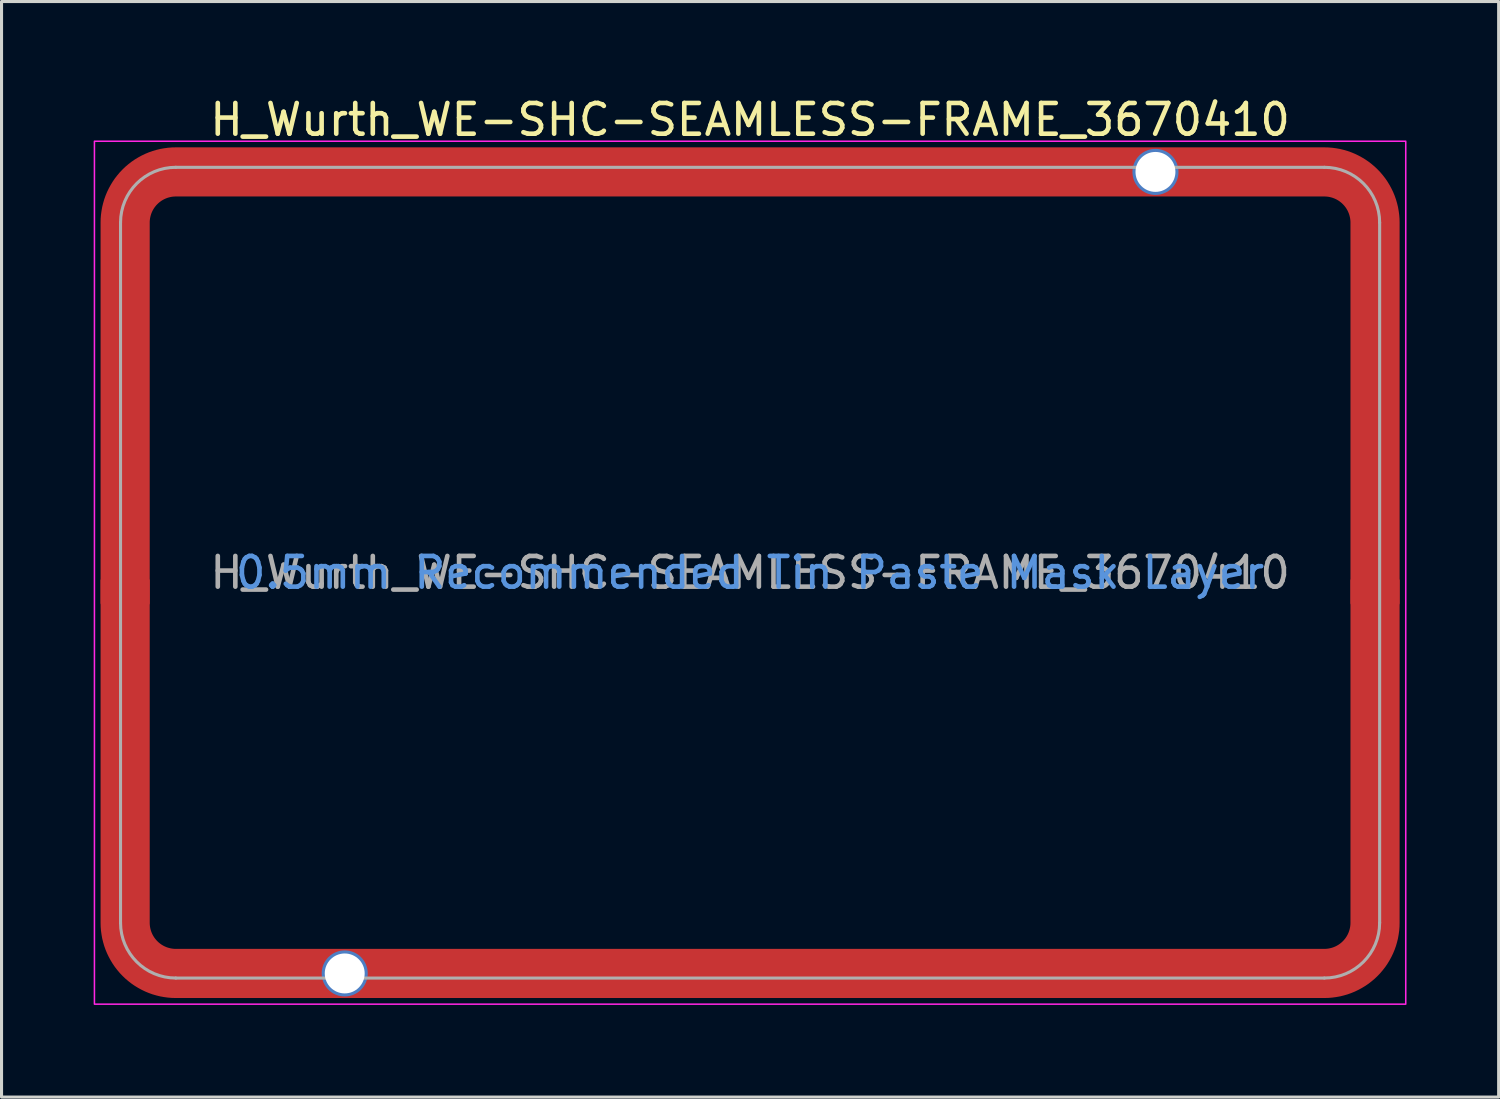
<source format=kicad_pcb>
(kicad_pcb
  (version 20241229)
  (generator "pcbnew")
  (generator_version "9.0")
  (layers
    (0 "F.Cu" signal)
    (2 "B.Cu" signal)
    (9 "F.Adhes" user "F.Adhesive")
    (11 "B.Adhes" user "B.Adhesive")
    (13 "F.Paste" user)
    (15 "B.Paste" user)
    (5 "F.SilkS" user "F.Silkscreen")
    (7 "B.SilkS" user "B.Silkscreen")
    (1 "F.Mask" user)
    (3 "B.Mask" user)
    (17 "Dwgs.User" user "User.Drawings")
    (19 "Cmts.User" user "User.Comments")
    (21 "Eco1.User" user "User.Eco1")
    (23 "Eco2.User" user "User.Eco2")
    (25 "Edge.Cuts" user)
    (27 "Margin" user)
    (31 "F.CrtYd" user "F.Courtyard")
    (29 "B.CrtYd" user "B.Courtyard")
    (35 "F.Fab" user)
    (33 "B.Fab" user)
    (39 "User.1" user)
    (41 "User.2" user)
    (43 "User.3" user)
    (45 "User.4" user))
  (footprint "H_Wurth_WE-SHC-SEAMLESS-FRAME_3670410"
    (layer "F.Cu")
    (at 21.375 15.598)
    (property "Reference" "H_Wurth_WE-SHC-SEAMLESS-FRAME_3670410" (at 0 -14.75 0) (unlocked yes) (layer "F.SilkS") (effects (font (size 1 1) (thickness 0.15))))
    (attr smd)
    (fp_poly (pts (xy 19.6 0.25) (xy 21.1 0.25) (xy 21.1 11.4) (xy 21.097 11.526) (xy 21.087 11.651) (xy 21.07 11.775) (xy 21.048 11.899) (xy 21.018 12.021) (xy 20.983 12.142) (xy 20.941 12.26) (xy 20.893 12.376) (xy 20.838 12.49) (xy 20.778 12.6) (xy 20.713 12.707) (xy 20.642 12.811) (xy 20.565 12.91) (xy 20.484 13.006) (xy 20.397 13.097) (xy 20.306 13.184) (xy 20.21 13.265) (xy 20.111 13.342) (xy 20.007 13.413) (xy 19.9 13.478) (xy 19.79 13.538) (xy 19.676 13.593) (xy 19.56 13.641) (xy 19.442 13.683) (xy 19.321 13.718) (xy 19.199 13.748) (xy 19.075 13.77) (xy 18.951 13.787) (xy 18.826 13.797) (xy 18.7 13.8) (xy -18.7 13.8) (xy -18.826 13.797) (xy -18.951 13.787) (xy -19.075 13.77) (xy -19.199 13.748) (xy -19.321 13.718) (xy -19.442 13.683) (xy -19.56 13.641) (xy -19.676 13.593) (xy -19.79 13.538) (xy -19.9 13.478) (xy -20.007 13.413) (xy -20.111 13.342) (xy -20.21 13.265) (xy -20.306 13.184) (xy -20.397 13.097) (xy -20.484 13.006) (xy -20.565 12.91) (xy -20.642 12.811) (xy -20.713 12.707) (xy -20.778 12.6) (xy -20.838 12.49) (xy -20.893 12.376) (xy -20.941 12.26) (xy -20.983 12.142) (xy -21.018 12.021) (xy -21.048 11.899) (xy -21.07 11.775) (xy -21.087 11.651) (xy -21.097 11.526) (xy -21.1 11.4) (xy -21.1 0.25) (xy -19.6 0.25) (xy -19.6 11.4) (xy -19.599 11.447) (xy -19.595 11.494) (xy -19.589 11.541) (xy -19.58 11.587) (xy -19.569 11.633) (xy -19.556 11.678) (xy -19.54 11.723) (xy -19.522 11.766) (xy -19.502 11.809) (xy -19.479 11.85) (xy -19.455 11.89) (xy -19.428 11.929) (xy -19.399 11.966) (xy -19.369 12.002) (xy -19.336 12.036) (xy -19.302 12.069) (xy -19.266 12.099) (xy -19.229 12.128) (xy -19.19 12.155) (xy -19.15 12.179) (xy -19.109 12.202) (xy -19.066 12.222) (xy -19.023 12.24) (xy -18.978 12.256) (xy -18.933 12.269) (xy -18.887 12.28) (xy -18.841 12.289) (xy -18.794 12.295) (xy -18.747 12.299) (xy -18.7 12.3) (xy 18.7 12.3) (xy 18.747 12.299) (xy 18.794 12.295) (xy 18.841 12.289) (xy 18.887 12.28) (xy 18.933 12.269) (xy 18.978 12.256) (xy 19.023 12.24) (xy 19.066 12.222) (xy 19.109 12.202) (xy 19.15 12.179) (xy 19.19 12.155) (xy 19.229 12.128) (xy 19.266 12.099) (xy 19.302 12.069) (xy 19.336 12.036) (xy 19.369 12.002) (xy 19.399 11.966) (xy 19.428 11.929) (xy 19.455 11.89) (xy 19.479 11.85) (xy 19.502 11.809) (xy 19.522 11.766) (xy 19.54 11.723) (xy 19.556 11.678) (xy 19.569 11.633) (xy 19.58 11.587) (xy 19.589 11.541) (xy 19.595 11.494) (xy 19.599 11.447) (xy 19.6 11.4) (xy 19.6 0.25)) (stroke (width 0.1) (type solid)) (fill yes) (layer "F.Cu"))
    (fp_poly (pts (xy 19.6 0.25) (xy 21.1 0.25) (xy 21.1 11.4) (xy 21.097 11.526) (xy 21.087 11.651) (xy 21.07 11.775) (xy 21.048 11.899) (xy 21.018 12.021) (xy 20.983 12.142) (xy 20.941 12.26) (xy 20.893 12.376) (xy 20.838 12.49) (xy 20.778 12.6) (xy 20.713 12.707) (xy 20.642 12.811) (xy 20.565 12.91) (xy 20.484 13.006) (xy 20.397 13.097) (xy 20.306 13.184) (xy 20.21 13.265) (xy 20.111 13.342) (xy 20.007 13.413) (xy 19.9 13.478) (xy 19.79 13.538) (xy 19.676 13.593) (xy 19.56 13.641) (xy 19.442 13.683) (xy 19.321 13.718) (xy 19.199 13.748) (xy 19.075 13.77) (xy 18.951 13.787) (xy 18.826 13.797) (xy 18.7 13.8) (xy -18.7 13.8) (xy -18.826 13.797) (xy -18.951 13.787) (xy -19.075 13.77) (xy -19.199 13.748) (xy -19.321 13.718) (xy -19.442 13.683) (xy -19.56 13.641) (xy -19.676 13.593) (xy -19.79 13.538) (xy -19.9 13.478) (xy -20.007 13.413) (xy -20.111 13.342) (xy -20.21 13.265) (xy -20.306 13.184) (xy -20.397 13.097) (xy -20.484 13.006) (xy -20.565 12.91) (xy -20.642 12.811) (xy -20.713 12.707) (xy -20.778 12.6) (xy -20.838 12.49) (xy -20.893 12.376) (xy -20.941 12.26) (xy -20.983 12.142) (xy -21.018 12.021) (xy -21.048 11.899) (xy -21.07 11.775) (xy -21.087 11.651) (xy -21.097 11.526) (xy -21.1 11.4) (xy -21.1 0.25) (xy -19.6 0.25) (xy -19.6 11.4) (xy -19.599 11.447) (xy -19.595 11.494) (xy -19.589 11.541) (xy -19.58 11.587) (xy -19.569 11.633) (xy -19.556 11.678) (xy -19.54 11.723) (xy -19.522 11.766) (xy -19.502 11.809) (xy -19.479 11.85) (xy -19.455 11.89) (xy -19.428 11.929) (xy -19.399 11.966) (xy -19.369 12.002) (xy -19.336 12.036) (xy -19.302 12.069) (xy -19.266 12.099) (xy -19.229 12.128) (xy -19.19 12.155) (xy -19.15 12.179) (xy -19.109 12.202) (xy -19.066 12.222) (xy -19.023 12.24) (xy -18.978 12.256) (xy -18.933 12.269) (xy -18.887 12.28) (xy -18.841 12.289) (xy -18.794 12.295) (xy -18.747 12.299) (xy -18.7 12.3) (xy 18.7 12.3) (xy 18.747 12.299) (xy 18.794 12.295) (xy 18.841 12.289) (xy 18.887 12.28) (xy 18.933 12.269) (xy 18.978 12.256) (xy 19.023 12.24) (xy 19.066 12.222) (xy 19.109 12.202) (xy 19.15 12.179) (xy 19.19 12.155) (xy 19.229 12.128) (xy 19.266 12.099) (xy 19.302 12.069) (xy 19.336 12.036) (xy 19.369 12.002) (xy 19.399 11.966) (xy 19.428 11.929) (xy 19.455 11.89) (xy 19.479 11.85) (xy 19.502 11.809) (xy 19.522 11.766) (xy 19.54 11.723) (xy 19.556 11.678) (xy 19.569 11.633) (xy 19.58 11.587) (xy 19.589 11.541) (xy 19.595 11.494) (xy 19.599 11.447) (xy 19.6 11.4) (xy 19.6 0.25)) (stroke (width 0.1) (type solid)) (fill yes) (layer "F.Mask"))
    (fp_poly (pts (xy 19.6 0.25) (xy 21.1 0.25) (xy 21.1 11.4) (xy 21.097 11.526) (xy 21.087 11.651) (xy 21.07 11.775) (xy 21.048 11.899) (xy 21.018 12.021) (xy 20.983 12.142) (xy 20.941 12.26) (xy 20.893 12.376) (xy 20.838 12.49) (xy 20.778 12.6) (xy 20.713 12.707) (xy 20.642 12.811) (xy 20.565 12.91) (xy 20.484 13.006) (xy 20.397 13.097) (xy 20.306 13.184) (xy 20.21 13.265) (xy 20.111 13.342) (xy 20.007 13.413) (xy 19.9 13.478) (xy 19.79 13.538) (xy 19.676 13.593) (xy 19.56 13.641) (xy 19.442 13.683) (xy 19.321 13.718) (xy 19.199 13.748) (xy 19.075 13.77) (xy 18.951 13.787) (xy 18.826 13.797) (xy 18.7 13.8) (xy -18.7 13.8) (xy -18.826 13.797) (xy -18.951 13.787) (xy -19.075 13.77) (xy -19.199 13.748) (xy -19.321 13.718) (xy -19.442 13.683) (xy -19.56 13.641) (xy -19.676 13.593) (xy -19.79 13.538) (xy -19.9 13.478) (xy -20.007 13.413) (xy -20.111 13.342) (xy -20.21 13.265) (xy -20.306 13.184) (xy -20.397 13.097) (xy -20.484 13.006) (xy -20.565 12.91) (xy -20.642 12.811) (xy -20.713 12.707) (xy -20.778 12.6) (xy -20.838 12.49) (xy -20.893 12.376) (xy -20.941 12.26) (xy -20.983 12.142) (xy -21.018 12.021) (xy -21.048 11.899) (xy -21.07 11.775) (xy -21.087 11.651) (xy -21.097 11.526) (xy -21.1 11.4) (xy -21.1 0.25) (xy -19.6 0.25) (xy -19.6 11.4) (xy -19.599 11.447) (xy -19.595 11.494) (xy -19.589 11.541) (xy -19.58 11.587) (xy -19.569 11.633) (xy -19.556 11.678) (xy -19.54 11.723) (xy -19.522 11.766) (xy -19.502 11.809) (xy -19.479 11.85) (xy -19.455 11.89) (xy -19.428 11.929) (xy -19.399 11.966) (xy -19.369 12.002) (xy -19.336 12.036) (xy -19.302 12.069) (xy -19.266 12.099) (xy -19.229 12.128) (xy -19.19 12.155) (xy -19.15 12.179) (xy -19.109 12.202) (xy -19.066 12.222) (xy -19.023 12.24) (xy -18.978 12.256) (xy -18.933 12.269) (xy -18.887 12.28) (xy -18.841 12.289) (xy -18.794 12.295) (xy -18.747 12.299) (xy -18.7 12.3) (xy 18.7 12.3) (xy 18.747 12.299) (xy 18.794 12.295) (xy 18.841 12.289) (xy 18.887 12.28) (xy 18.933 12.269) (xy 18.978 12.256) (xy 19.023 12.24) (xy 19.066 12.222) (xy 19.109 12.202) (xy 19.15 12.179) (xy 19.19 12.155) (xy 19.229 12.128) (xy 19.266 12.099) (xy 19.302 12.069) (xy 19.336 12.036) (xy 19.369 12.002) (xy 19.399 11.966) (xy 19.428 11.929) (xy 19.455 11.89) (xy 19.479 11.85) (xy 19.502 11.809) (xy 19.522 11.766) (xy 19.54 11.723) (xy 19.556 11.678) (xy 19.569 11.633) (xy 19.58 11.587) (xy 19.589 11.541) (xy 19.595 11.494) (xy 19.599 11.447) (xy 19.6 11.4) (xy 19.6 0.25)) (stroke (width 0.1) (type solid)) (fill yes) (layer "F.Paste"))
    (fp_rect (start -21.35 -14.05) (end 21.35 14.05) (stroke (width 0.05) (type solid)) (fill no) (layer "F.CrtYd"))
    (fp_line (start -20.5 11.4) (end -20.5 -11.4) (stroke (width 0.1) (type solid)) (layer "F.Fab"))
    (fp_line (start -18.7 -13.2) (end 18.7 -13.2) (stroke (width 0.1) (type solid)) (layer "F.Fab"))
    (fp_line (start -18.7 13.2) (end 18.7 13.2) (stroke (width 0.1) (type solid)) (layer "F.Fab"))
    (fp_line (start 20.5 11.4) (end 20.5 -11.4) (stroke (width 0.1) (type solid)) (layer "F.Fab"))
    (fp_arc (start -20.5 -11.4) (mid -19.972792 -12.672792) (end -18.7 -13.2) (stroke (width 0.1) (type default)) (layer "F.Fab"))
    (fp_arc (start -18.7 13.2) (mid -19.972792 12.672792) (end -20.5 11.4) (stroke (width 0.1) (type default)) (layer "F.Fab"))
    (fp_arc (start 18.7 -13.2) (mid 19.972792 -12.672792) (end 20.5 -11.4) (stroke (width 0.1) (type default)) (layer "F.Fab"))
    (fp_arc (start 20.5 11.4) (mid 19.972792 12.672792) (end 18.7 13.2) (stroke (width 0.1) (type default)) (layer "F.Fab"))
    (fp_text user "0.5mm Recommended Tin Paste Mask Layer" (at 0 0 0) (unlocked yes) (layer "Cmts.User") (effects (font (size 1 1) (thickness 0.15))))
    (fp_text user "${REFERENCE}" (at 0 0 0) (unlocked yes) (layer "F.Fab") (effects (font (size 1 1) (thickness 0.15))))
    (pad "1" thru_hole circle (at -13.2 13.05) (size 1.5 1.5) (drill 1.3) (layers "*.Cu" "*.Mask"))
    (pad "1" thru_hole circle (at 13.2 -13.05) (size 1.5 1.5) (drill 1.3) (layers "*.Cu" "*.Mask"))
    (pad "1" smd custom (at 20.35 0) (size 1.5 22.8) (layers "F.Cu" "F.Mask" "F.Paste") (options (anchor rect)) (primitives (gr_poly (pts (xy -39.95 1) (xy -41.45 1) (xy -41.45 -11.4) (xy -41.447 -11.526) (xy -41.437 -11.651) (xy -41.42 -11.775) (xy -41.398 -11.899) (xy -41.368 -12.021) (xy -41.333 -12.142) (xy -41.291 -12.26) (xy -41.243 -12.376) (xy -41.188 -12.49) (xy -41.128 -12.6) (xy -41.063 -12.707) (xy -40.992 -12.811) (xy -40.915 -12.91) (xy -40.834 -13.006) (xy -40.747 -13.097) (xy -40.656 -13.184) (xy -40.56 -13.265) (xy -40.461 -13.342) (xy -40.357 -13.413) (xy -40.25 -13.478) (xy -40.14 -13.538) (xy -40.026 -13.593) (xy -39.91 -13.641) (xy -39.792 -13.683) (xy -39.671 -13.718) (xy -39.549 -13.748) (xy -39.425 -13.77) (xy -39.301 -13.787) (xy -39.176 -13.797) (xy -39.05 -13.8) (xy -1.65 -13.8) (xy -1.524 -13.797) (xy -1.399 -13.787) (xy -1.275 -13.77) (xy -1.151 -13.748) (xy -1.029 -13.718) (xy -0.908 -13.683) (xy -0.79 -13.641) (xy -0.674 -13.593) (xy -0.56 -13.538) (xy -0.45 -13.478) (xy -0.343 -13.413) (xy -0.239 -13.342) (xy -0.14 -13.265) (xy -0.044 -13.184) (xy 0.047 -13.097) (xy 0.134 -13.006) (xy 0.215 -12.91) (xy 0.292 -12.811) (xy 0.363 -12.707) (xy 0.428 -12.6) (xy 0.488 -12.49) (xy 0.543 -12.376) (xy 0.591 -12.26) (xy 0.633 -12.142) (xy 0.668 -12.021) (xy 0.698 -11.899) (xy 0.72 -11.775) (xy 0.737 -11.651) (xy 0.747 -11.526) (xy 0.75 -11.4) (xy 0.75 1) (xy -0.75 1) (xy -0.75 -11.4) (xy -0.751 -11.447) (xy -0.755 -11.494) (xy -0.761 -11.541) (xy -0.77 -11.587) (xy -0.781 -11.633) (xy -0.794 -11.678) (xy -0.81 -11.723) (xy -0.828 -11.766) (xy -0.848 -11.809) (xy -0.871 -11.85) (xy -0.895 -11.89) (xy -0.922 -11.929) (xy -0.951 -11.966) (xy -0.981 -12.002) (xy -1.014 -12.036) (xy -1.048 -12.069) (xy -1.084 -12.099) (xy -1.121 -12.128) (xy -1.16 -12.155) (xy -1.2 -12.179) (xy -1.241 -12.202) (xy -1.284 -12.222) (xy -1.327 -12.24) (xy -1.372 -12.256) (xy -1.417 -12.269) (xy -1.463 -12.28) (xy -1.509 -12.289) (xy -1.556 -12.295) (xy -1.603 -12.299) (xy -1.65 -12.3) (xy -39.05 -12.3) (xy -39.097 -12.299) (xy -39.144 -12.295) (xy -39.191 -12.289) (xy -39.237 -12.28) (xy -39.283 -12.269) (xy -39.328 -12.256) (xy -39.373 -12.24) (xy -39.416 -12.222) (xy -39.459 -12.202) (xy -39.5 -12.179) (xy -39.54 -12.155) (xy -39.579 -12.128) (xy -39.616 -12.099) (xy -39.652 -12.069) (xy -39.686 -12.036) (xy -39.719 -12.002) (xy -39.749 -11.966) (xy -39.778 -11.929) (xy -39.805 -11.89) (xy -39.829 -11.85) (xy -39.852 -11.809) (xy -39.872 -11.766) (xy -39.89 -11.723) (xy -39.906 -11.678) (xy -39.919 -11.633) (xy -39.93 -11.587) (xy -39.939 -11.541) (xy -39.945 -11.494) (xy -39.949 -11.447) (xy -39.95 -11.4) (xy -39.95 1)) (width 0.1) (fill yes)))))
  (gr_rect
    (start -3 -3)
    (end 45.75 32.673)
    (stroke (width 0.1) (type default))
    (fill no)
    (layer "Edge.Cuts")))
</source>
